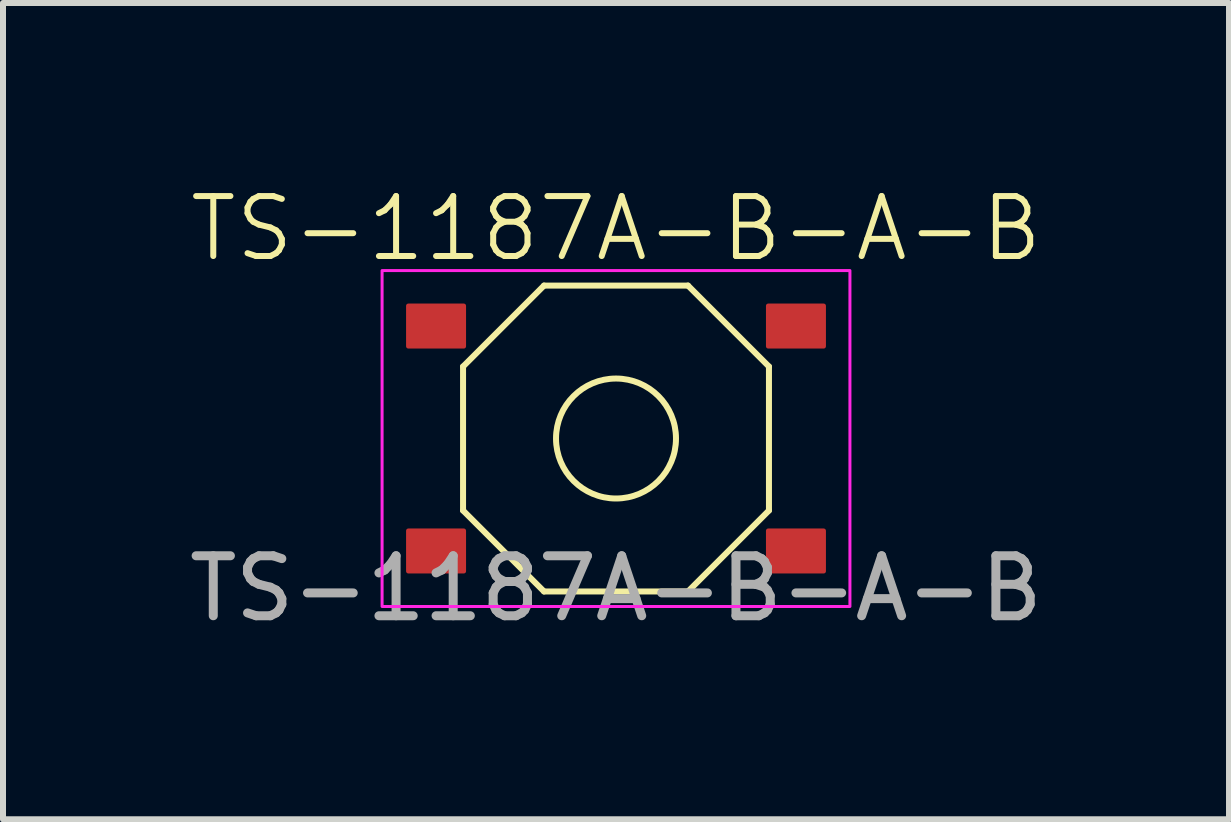
<source format=kicad_pcb>
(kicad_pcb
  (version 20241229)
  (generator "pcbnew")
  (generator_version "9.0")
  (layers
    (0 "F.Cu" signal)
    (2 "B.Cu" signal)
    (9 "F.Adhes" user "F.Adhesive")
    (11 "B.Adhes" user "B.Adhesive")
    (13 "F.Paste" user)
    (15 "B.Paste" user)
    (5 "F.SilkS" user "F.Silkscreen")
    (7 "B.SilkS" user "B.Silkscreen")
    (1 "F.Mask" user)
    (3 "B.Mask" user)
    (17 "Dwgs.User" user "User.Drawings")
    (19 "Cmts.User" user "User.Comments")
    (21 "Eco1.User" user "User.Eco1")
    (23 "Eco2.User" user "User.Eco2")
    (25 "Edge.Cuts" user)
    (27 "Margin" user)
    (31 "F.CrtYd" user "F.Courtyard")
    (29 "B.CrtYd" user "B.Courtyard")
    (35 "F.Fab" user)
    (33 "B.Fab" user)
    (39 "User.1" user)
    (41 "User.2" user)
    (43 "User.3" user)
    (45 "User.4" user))
  (footprint "TS-1187A-B-A-B"
    (layer "F.Cu")
    (at 7.22 4.261)
    (property "Reference" "TS-1187A-B-A-B" (at 0 -3.5 0) (unlocked yes) (layer "F.SilkS") (effects (font (size 1 1) (thickness 0.1))))
    (attr smd)
    (fp_line (start -2.55 -1.2) (end -2.55 1.2) (stroke (width 0.1) (type default)) (layer "F.SilkS"))
    (fp_line (start -2.55 -1.2) (end -1.2 -2.55) (stroke (width 0.1) (type default)) (layer "F.SilkS"))
    (fp_line (start -2.55 1.2) (end -1.2 2.55) (stroke (width 0.1) (type default)) (layer "F.SilkS"))
    (fp_line (start -1.2 -2.55) (end 1.2 -2.55) (stroke (width 0.1) (type default)) (layer "F.SilkS"))
    (fp_line (start 1.2 2.55) (end -1.2 2.55) (stroke (width 0.1) (type default)) (layer "F.SilkS"))
    (fp_line (start 2.55 -1.2) (end 1.2 -2.55) (stroke (width 0.1) (type default)) (layer "F.SilkS"))
    (fp_line (start 2.55 -1.2) (end 2.55 1.2) (stroke (width 0.1) (type default)) (layer "F.SilkS"))
    (fp_line (start 2.55 1.2) (end 1.2 2.55) (stroke (width 0.1) (type default)) (layer "F.SilkS"))
    (fp_circle (center 0 0) (end 1 0) (stroke (width 0.1) (type default)) (fill no) (layer "F.SilkS"))
    (fp_rect (start -3.9 -2.8) (end 3.9 2.8) (stroke (width 0.05) (type default)) (fill no) (layer "F.CrtYd"))
    (fp_text user "${REFERENCE}" (at 0 2.5 0) (unlocked yes) (layer "F.Fab") (effects (font (size 1 1) (thickness 0.15))))
    (pad "A" smd roundrect (at -3 -1.875) (size 1 0.75) (layers "F.Cu" "F.Mask" "F.Paste") (roundrect_rratio 0.05))
    (pad "A" smd roundrect (at 3 -1.875) (size 1 0.75) (layers "F.Cu" "F.Mask" "F.Paste") (roundrect_rratio 0.05))
    (pad "B" smd roundrect (at -3 1.875) (size 1 0.75) (layers "F.Cu" "F.Mask" "F.Paste") (roundrect_rratio 0.05))
    (pad "B" smd roundrect (at 3 1.875) (size 1 0.75) (layers "F.Cu" "F.Mask" "F.Paste") (roundrect_rratio 0.05)))
  (gr_rect
    (start -3 -3)
    (end 17.44 10.609)
    (stroke (width 0.1) (type default))
    (fill no)
    (layer "Edge.Cuts")))
</source>
